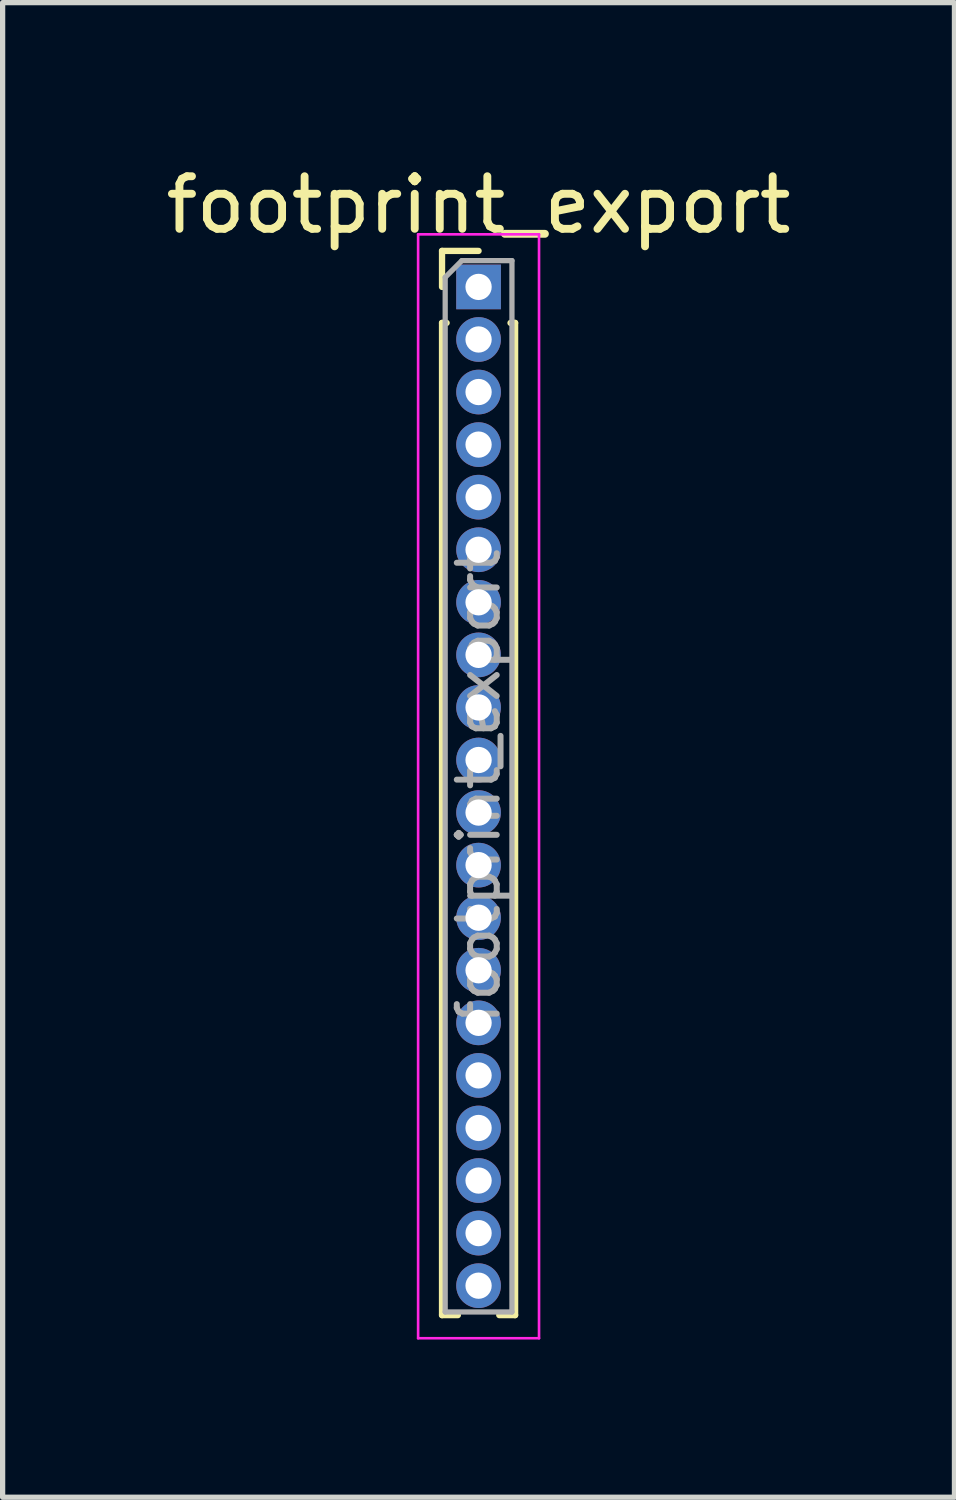
<source format=kicad_pcb>
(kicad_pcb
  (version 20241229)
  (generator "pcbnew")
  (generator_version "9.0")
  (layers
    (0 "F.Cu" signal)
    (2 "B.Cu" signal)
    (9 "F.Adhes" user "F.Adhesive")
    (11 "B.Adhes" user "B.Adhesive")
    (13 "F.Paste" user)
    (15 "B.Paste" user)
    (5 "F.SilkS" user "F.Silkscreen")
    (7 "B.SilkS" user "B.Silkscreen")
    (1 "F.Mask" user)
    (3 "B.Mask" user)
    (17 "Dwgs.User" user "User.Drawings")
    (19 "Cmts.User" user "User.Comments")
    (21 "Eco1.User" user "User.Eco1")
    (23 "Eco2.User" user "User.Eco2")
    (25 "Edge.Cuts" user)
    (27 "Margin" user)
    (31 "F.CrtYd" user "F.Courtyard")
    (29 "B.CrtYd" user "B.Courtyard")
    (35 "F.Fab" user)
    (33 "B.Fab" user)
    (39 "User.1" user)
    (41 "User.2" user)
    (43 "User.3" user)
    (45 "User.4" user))
  (footprint "footprint_export"
    (layer "F.Cu")
    (at 6.054 2.408)
    (property "Reference" "footprint_export" (at 0 -1.56 0) (layer "F.SilkS") (effects (font (size 1 1) (thickness 0.15))))
    (attr through_hole)
    (fp_line (start -0.695 -0.685) (end 0 -0.685) (stroke (width 0.12) (type solid)) (layer "F.SilkS"))
    (fp_line (start -0.695 0) (end -0.695 -0.685) (stroke (width 0.12) (type solid)) (layer "F.SilkS"))
    (fp_line (start -0.695 0.685) (end -0.695 19.56) (stroke (width 0.12) (type solid)) (layer "F.SilkS"))
    (fp_line (start -0.695 0.685) (end -0.608 0.685) (stroke (width 0.12) (type solid)) (layer "F.SilkS"))
    (fp_line (start -0.695 19.56) (end -0.394 19.56) (stroke (width 0.12) (type solid)) (layer "F.SilkS"))
    (fp_line (start 0.394 19.56) (end 0.695 19.56) (stroke (width 0.12) (type solid)) (layer "F.SilkS"))
    (fp_line (start 0.608 0.685) (end 0.695 0.685) (stroke (width 0.12) (type solid)) (layer "F.SilkS"))
    (fp_line (start 0.695 0.685) (end 0.695 19.56) (stroke (width 0.12) (type solid)) (layer "F.SilkS"))
    (fp_line (start -1.15 -1) (end -1.15 20) (stroke (width 0.05) (type solid)) (layer "F.CrtYd"))
    (fp_line (start -1.15 20) (end 1.15 20) (stroke (width 0.05) (type solid)) (layer "F.CrtYd"))
    (fp_line (start 1.15 -1) (end -1.15 -1) (stroke (width 0.05) (type solid)) (layer "F.CrtYd"))
    (fp_line (start 1.15 20) (end 1.15 -1) (stroke (width 0.05) (type solid)) (layer "F.CrtYd"))
    (fp_line (start -0.635 -0.182) (end -0.318 -0.5) (stroke (width 0.1) (type solid)) (layer "F.Fab"))
    (fp_line (start -0.635 19.5) (end -0.635 -0.182) (stroke (width 0.1) (type solid)) (layer "F.Fab"))
    (fp_line (start -0.318 -0.5) (end 0.635 -0.5) (stroke (width 0.1) (type solid)) (layer "F.Fab"))
    (fp_line (start 0.635 -0.5) (end 0.635 19.5) (stroke (width 0.1) (type solid)) (layer "F.Fab"))
    (fp_line (start 0.635 19.5) (end -0.635 19.5) (stroke (width 0.1) (type solid)) (layer "F.Fab"))
    (fp_text user "${REFERENCE}" (at 0 9.5 90) (layer "F.Fab") (effects (font (size 0.76 0.76) (thickness 0.114))))
    (pad "1" thru_hole rect (at 0 0) (size 0.85 0.85) (drill 0.5) (layers "*.Cu" "*.Mask"))
    (pad "2" thru_hole oval (at 0 1) (size 0.85 0.85) (drill 0.5) (layers "*.Cu" "*.Mask"))
    (pad "3" thru_hole oval (at 0 2) (size 0.85 0.85) (drill 0.5) (layers "*.Cu" "*.Mask"))
    (pad "4" thru_hole oval (at 0 3) (size 0.85 0.85) (drill 0.5) (layers "*.Cu" "*.Mask"))
    (pad "5" thru_hole oval (at 0 4) (size 0.85 0.85) (drill 0.5) (layers "*.Cu" "*.Mask"))
    (pad "6" thru_hole oval (at 0 5) (size 0.85 0.85) (drill 0.5) (layers "*.Cu" "*.Mask"))
    (pad "7" thru_hole oval (at 0 6) (size 0.85 0.85) (drill 0.5) (layers "*.Cu" "*.Mask"))
    (pad "8" thru_hole oval (at 0 7) (size 0.85 0.85) (drill 0.5) (layers "*.Cu" "*.Mask"))
    (pad "9" thru_hole oval (at 0 8) (size 0.85 0.85) (drill 0.5) (layers "*.Cu" "*.Mask"))
    (pad "10" thru_hole oval (at 0 9) (size 0.85 0.85) (drill 0.5) (layers "*.Cu" "*.Mask"))
    (pad "11" thru_hole oval (at 0 10) (size 0.85 0.85) (drill 0.5) (layers "*.Cu" "*.Mask"))
    (pad "12" thru_hole oval (at 0 11) (size 0.85 0.85) (drill 0.5) (layers "*.Cu" "*.Mask"))
    (pad "13" thru_hole oval (at 0 12) (size 0.85 0.85) (drill 0.5) (layers "*.Cu" "*.Mask"))
    (pad "14" thru_hole oval (at 0 13) (size 0.85 0.85) (drill 0.5) (layers "*.Cu" "*.Mask"))
    (pad "15" thru_hole oval (at 0 14) (size 0.85 0.85) (drill 0.5) (layers "*.Cu" "*.Mask"))
    (pad "16" thru_hole oval (at 0 15) (size 0.85 0.85) (drill 0.5) (layers "*.Cu" "*.Mask"))
    (pad "17" thru_hole oval (at 0 16) (size 0.85 0.85) (drill 0.5) (layers "*.Cu" "*.Mask"))
    (pad "18" thru_hole oval (at 0 17) (size 0.85 0.85) (drill 0.5) (layers "*.Cu" "*.Mask"))
    (pad "19" thru_hole oval (at 0 18) (size 0.85 0.85) (drill 0.5) (layers "*.Cu" "*.Mask"))
    (pad "20" thru_hole oval (at 0 19) (size 0.85 0.85) (drill 0.5) (layers "*.Cu" "*.Mask")))
  (gr_rect
    (start -3 -3)
    (end 15.107 25.433)
    (stroke (width 0.1) (type default))
    (fill no)
    (layer "Edge.Cuts")))
</source>
